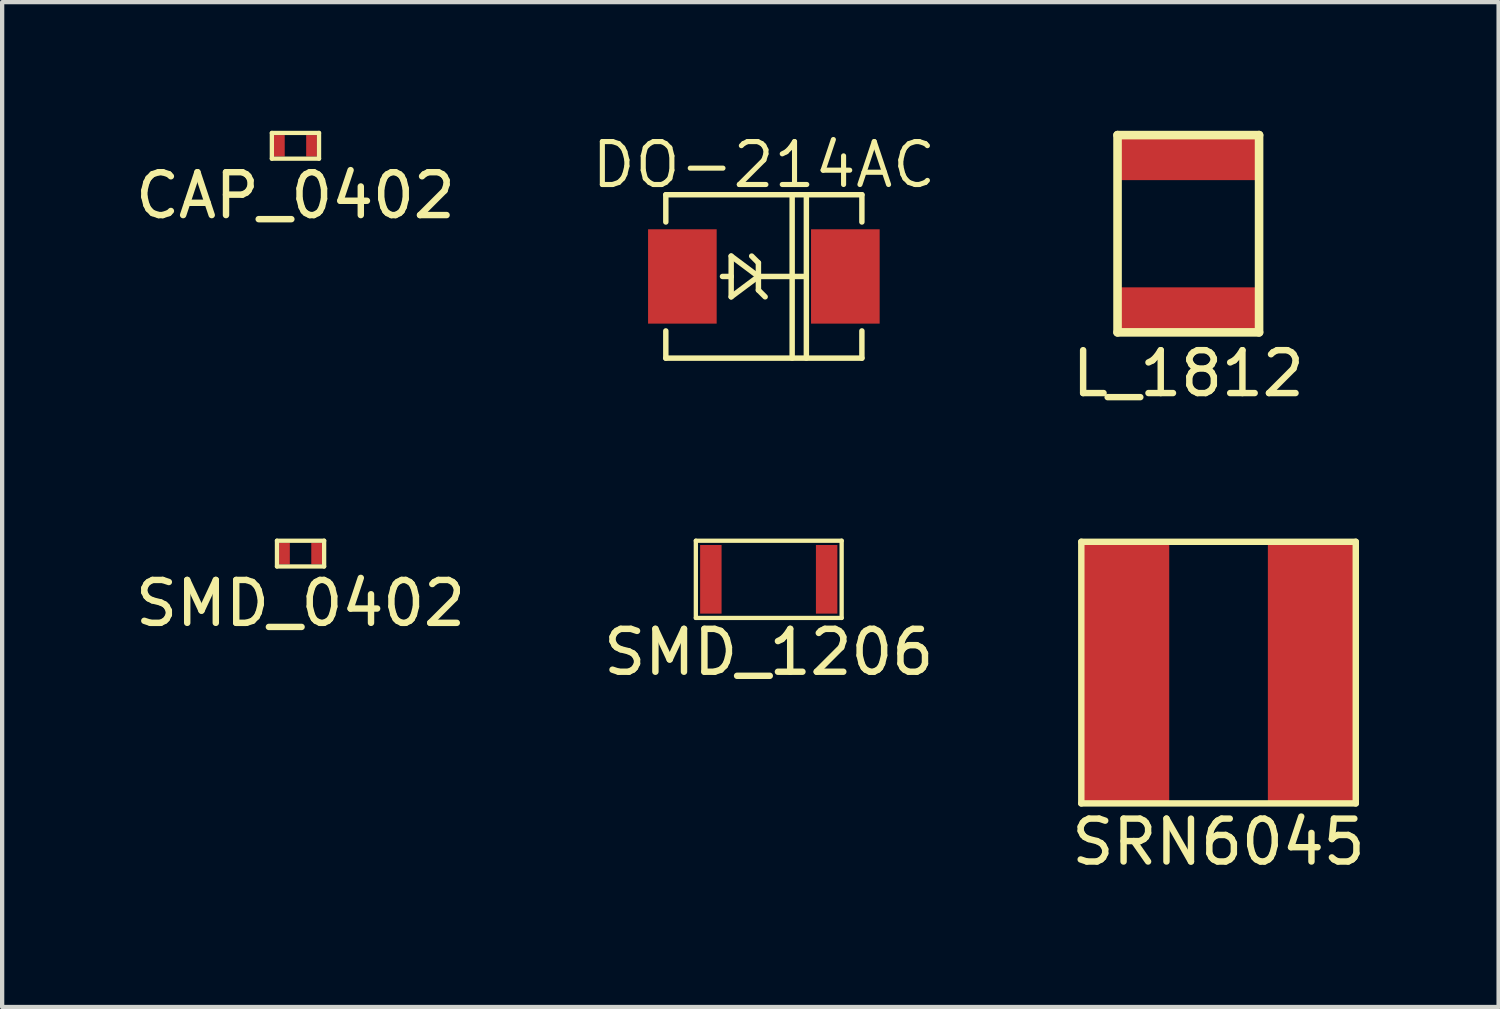
<source format=kicad_pcb>
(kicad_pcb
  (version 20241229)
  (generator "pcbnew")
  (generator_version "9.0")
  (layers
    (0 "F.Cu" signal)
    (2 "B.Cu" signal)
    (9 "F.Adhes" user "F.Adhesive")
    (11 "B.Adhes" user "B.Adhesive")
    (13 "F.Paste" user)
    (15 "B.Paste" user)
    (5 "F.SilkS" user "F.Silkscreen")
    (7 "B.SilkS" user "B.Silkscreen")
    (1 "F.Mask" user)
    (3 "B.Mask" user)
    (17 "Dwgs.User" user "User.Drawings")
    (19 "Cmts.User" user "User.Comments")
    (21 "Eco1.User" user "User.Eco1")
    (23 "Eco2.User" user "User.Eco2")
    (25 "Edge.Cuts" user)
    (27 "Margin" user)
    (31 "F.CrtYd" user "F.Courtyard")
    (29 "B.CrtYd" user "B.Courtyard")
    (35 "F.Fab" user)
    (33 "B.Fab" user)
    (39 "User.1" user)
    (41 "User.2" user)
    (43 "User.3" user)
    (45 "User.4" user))
  (footprint "DO-214AC"
    (layer "F.Cu")
    (at 14.761 3.396)
    (property "Reference" "DO-214AC" (at 0 -2.601 0) (layer "F.SilkS") (effects (font (size 1.001 1.001) (thickness 0.119))))
    (attr smd)
    (fp_line (start -2.286 -1.905) (end 2.286 -1.905) (stroke (width 0.127) (type solid)) (layer "F.SilkS"))
    (fp_line (start -2.286 -1.27) (end -2.286 -1.905) (stroke (width 0.127) (type solid)) (layer "F.SilkS"))
    (fp_line (start -2.286 1.27) (end -2.286 1.905) (stroke (width 0.127) (type solid)) (layer "F.SilkS"))
    (fp_line (start -2.286 1.905) (end 2.286 1.905) (stroke (width 0.127) (type solid)) (layer "F.SilkS"))
    (fp_line (start -0.762 -0.475) (end -0.762 0) (stroke (width 0.127) (type solid)) (layer "F.SilkS"))
    (fp_line (start -0.762 0) (end -0.965 0) (stroke (width 0.127) (type solid)) (layer "F.SilkS"))
    (fp_line (start -0.762 0) (end -0.762 0.475) (stroke (width 0.127) (type solid)) (layer "F.SilkS"))
    (fp_line (start -0.762 0.475) (end -0.127 0) (stroke (width 0.127) (type solid)) (layer "F.SilkS"))
    (fp_line (start -0.127 -0.318) (end -0.284 -0.475) (stroke (width 0.127) (type solid)) (layer "F.SilkS"))
    (fp_line (start -0.127 0) (end -0.762 -0.475) (stroke (width 0.127) (type solid)) (layer "F.SilkS"))
    (fp_line (start -0.127 0) (end -0.127 -0.318) (stroke (width 0.127) (type solid)) (layer "F.SilkS"))
    (fp_line (start -0.127 0) (end -0.127 0.318) (stroke (width 0.127) (type solid)) (layer "F.SilkS"))
    (fp_line (start -0.127 0) (end 0.983 0) (stroke (width 0.127) (type solid)) (layer "F.SilkS"))
    (fp_line (start -0.127 0.318) (end 0.03 0.475) (stroke (width 0.127) (type solid)) (layer "F.SilkS"))
    (fp_line (start 0.66 1.905) (end 0.66 -1.905) (stroke (width 0.127) (type solid)) (layer "F.SilkS"))
    (fp_line (start 0.991 1.905) (end 0.991 -1.905) (stroke (width 0.127) (type solid)) (layer "F.SilkS"))
    (fp_line (start 2.286 -1.905) (end 2.286 -1.27) (stroke (width 0.127) (type solid)) (layer "F.SilkS"))
    (fp_line (start 2.286 1.905) (end 2.286 1.27) (stroke (width 0.127) (type solid)) (layer "F.SilkS"))
    (pad "1" smd rect (at 1.9 0) (size 1.6 2.2) (layers "F.Cu" "F.Mask" "F.Paste"))
    (pad "2" smd rect (at -1.9 0) (size 1.6 2.2) (layers "F.Cu" "F.Mask" "F.Paste")))
  (footprint "L_1812"
    (layer "F.Cu")
    (at 24.658 2.4)
    (property "Reference" "L_1812" (at 0 3.26 0) (layer "F.SilkS") (effects (font (size 1 1) (thickness 0.15))))
    (attr through_hole)
    (fp_line (start -1.65 -2.3) (end 1.65 -2.3) (stroke (width 0.2) (type solid)) (layer "F.SilkS"))
    (fp_line (start -1.65 2.3) (end -1.65 -2.3) (stroke (width 0.2) (type solid)) (layer "F.SilkS"))
    (fp_line (start 1.65 -2.3) (end 1.65 2.3) (stroke (width 0.2) (type solid)) (layer "F.SilkS"))
    (fp_line (start 1.65 2.3) (end -1.65 2.3) (stroke (width 0.2) (type solid)) (layer "F.SilkS"))
    (pad "1" smd rect (at 0 -1.75) (size 3.2 1) (layers "F.Cu" "F.Mask" "F.Paste"))
    (pad "2" smd rect (at 0 1.75) (size 3.2 1) (layers "F.Cu" "F.Mask" "F.Paste")))
  (footprint "SRN6045"
    (layer "F.Cu")
    (at 25.363 12.633)
    (property "Reference" "SRN6045" (at 0 3.95 0) (layer "F.SilkS") (effects (font (size 1 1) (thickness 0.15))))
    (attr through_hole)
    (fp_line (start -3.2 -3.05) (end 3.2 -3.05) (stroke (width 0.15) (type solid)) (layer "F.SilkS"))
    (fp_line (start -3.2 3.05) (end -3.2 -3.05) (stroke (width 0.15) (type solid)) (layer "F.SilkS"))
    (fp_line (start 3.2 -3.05) (end 3.2 3.05) (stroke (width 0.15) (type solid)) (layer "F.SilkS"))
    (fp_line (start 3.2 3.05) (end -3.2 3.05) (stroke (width 0.15) (type solid)) (layer "F.SilkS"))
    (pad "1" smd rect (at -2.15 0) (size 2 6) (layers "F.Cu" "F.Mask" "F.Paste"))
    (pad "2" smd rect (at 2.15 0) (size 2 6) (layers "F.Cu" "F.Mask" "F.Paste")))
  (footprint "SMD_0402"
    (layer "F.Cu")
    (at 3.958 9.858)
    (property "Reference" "SMD_0402" (at 0 1.16 0) (layer "F.SilkS") (effects (font (size 1 1) (thickness 0.15))))
    (attr through_hole)
    (fp_line (start -0.55 -0.3) (end 0.55 -0.3) (stroke (width 0.1) (type solid)) (layer "F.SilkS"))
    (fp_line (start -0.55 0.3) (end -0.55 -0.3) (stroke (width 0.1) (type solid)) (layer "F.SilkS"))
    (fp_line (start 0.55 -0.3) (end 0.55 0.3) (stroke (width 0.1) (type solid)) (layer "F.SilkS"))
    (fp_line (start 0.55 0.3) (end -0.55 0.3) (stroke (width 0.1) (type solid)) (layer "F.SilkS"))
    (pad "1" smd rect (at -0.375 0) (size 0.25 0.5) (layers "F.Cu" "F.Mask" "F.Paste"))
    (pad "2" smd rect (at 0.375 0) (size 0.25 0.5) (layers "F.Cu" "F.Mask" "F.Paste")))
  (footprint "SMD_1206"
    (layer "F.Cu")
    (at 14.875 10.458)
    (property "Reference" "SMD_1206" (at 0 1.7 0) (layer "F.SilkS") (effects (font (size 1 1) (thickness 0.15))))
    (attr through_hole)
    (fp_line (start -1.7 -0.9) (end 1.7 -0.9) (stroke (width 0.1) (type solid)) (layer "F.SilkS"))
    (fp_line (start -1.7 0.9) (end -1.7 -0.9) (stroke (width 0.1) (type solid)) (layer "F.SilkS"))
    (fp_line (start 1.7 -0.9) (end 1.7 0.9) (stroke (width 0.1) (type solid)) (layer "F.SilkS"))
    (fp_line (start 1.7 0.9) (end -1.7 0.9) (stroke (width 0.1) (type solid)) (layer "F.SilkS"))
    (pad "5" smd rect (at -1.35 0) (size 0.5 1.6) (layers "F.Cu" "F.Mask" "F.Paste"))
    (pad "6" smd rect (at 1.35 0) (size 0.5 1.6) (layers "F.Cu" "F.Mask" "F.Paste")))
  (footprint "CAP_0402"
    (layer "F.Cu")
    (at 3.839 0.35)
    (property "Reference" "CAP_0402" (at 0 1.16 0) (layer "F.SilkS") (effects (font (size 1 1) (thickness 0.15))))
    (attr through_hole)
    (fp_line (start -0.55 -0.3) (end 0.55 -0.3) (stroke (width 0.1) (type solid)) (layer "F.SilkS"))
    (fp_line (start -0.55 0.3) (end -0.55 -0.3) (stroke (width 0.1) (type solid)) (layer "F.SilkS"))
    (fp_line (start 0.55 -0.3) (end 0.55 0.3) (stroke (width 0.1) (type solid)) (layer "F.SilkS"))
    (fp_line (start 0.55 0.3) (end -0.55 0.3) (stroke (width 0.1) (type solid)) (layer "F.SilkS"))
    (pad "1" smd rect (at -0.375 0) (size 0.25 0.5) (layers "F.Cu" "F.Mask" "F.Paste"))
    (pad "2" smd rect (at 0.375 0) (size 0.25 0.5) (layers "F.Cu" "F.Mask" "F.Paste")))
  (gr_rect
    (start -3 -3)
    (end 31.893 20.431)
    (stroke (width 0.1) (type default))
    (fill no)
    (layer "Edge.Cuts")))
</source>
